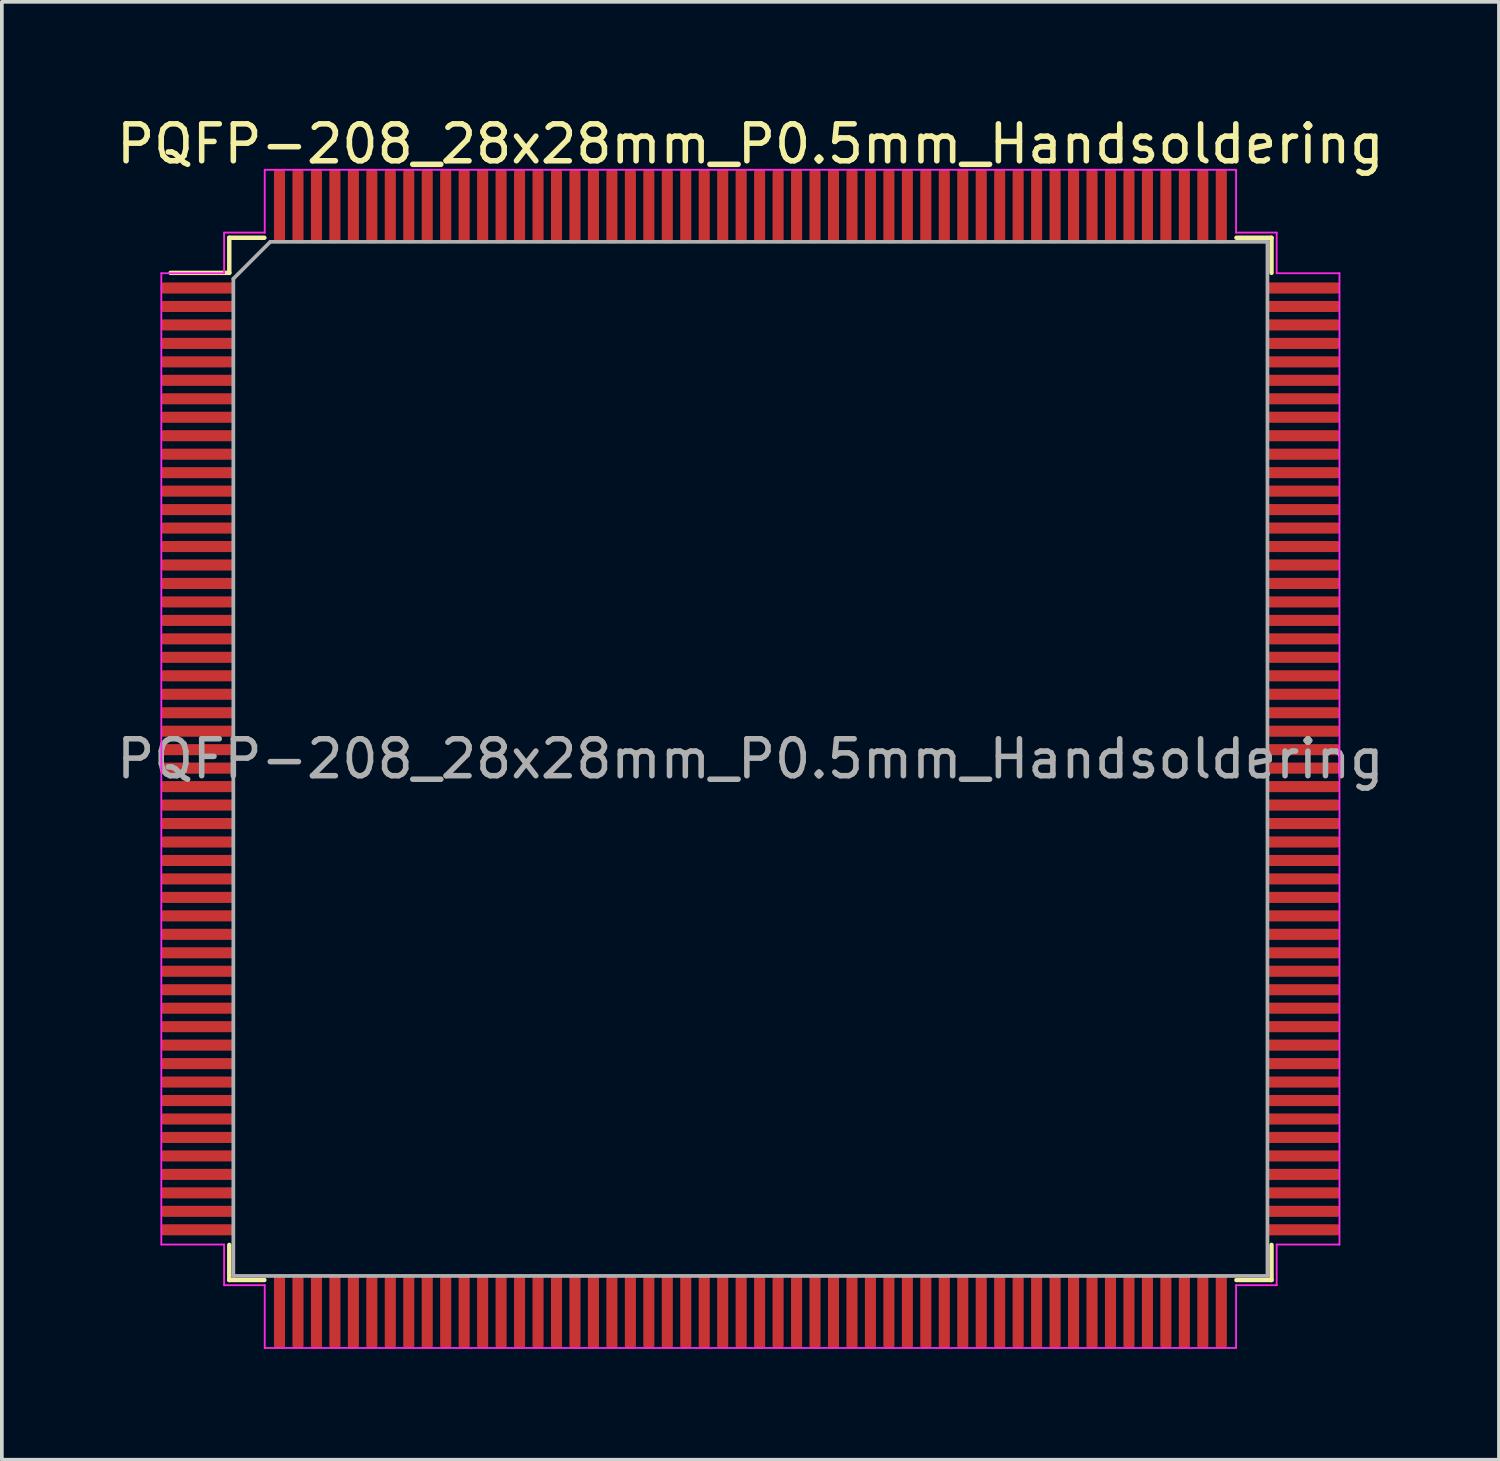
<source format=kicad_pcb>
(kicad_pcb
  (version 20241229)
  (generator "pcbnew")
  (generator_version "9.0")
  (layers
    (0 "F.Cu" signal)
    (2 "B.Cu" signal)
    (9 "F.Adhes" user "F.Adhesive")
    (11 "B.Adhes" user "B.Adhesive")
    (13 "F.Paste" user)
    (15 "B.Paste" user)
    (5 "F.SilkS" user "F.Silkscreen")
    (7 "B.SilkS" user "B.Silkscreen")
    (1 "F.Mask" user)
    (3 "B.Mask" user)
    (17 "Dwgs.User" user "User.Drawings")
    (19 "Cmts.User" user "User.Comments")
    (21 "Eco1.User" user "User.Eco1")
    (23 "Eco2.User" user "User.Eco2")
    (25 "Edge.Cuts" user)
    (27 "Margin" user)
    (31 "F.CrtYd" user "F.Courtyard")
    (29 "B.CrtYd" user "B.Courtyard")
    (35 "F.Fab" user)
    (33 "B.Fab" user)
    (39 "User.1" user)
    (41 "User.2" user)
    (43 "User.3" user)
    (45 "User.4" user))
  (footprint "PQFP-208_28x28mm_P0.5mm_Handsoldering"
    (layer "F.Cu")
    (at 17.268 17.498)
    (property "Reference" "PQFP-208_28x28mm_P0.5mm_Handsoldering" (at 0 -16.65 0) (layer "F.SilkS") (effects (font (size 1 1) (thickness 0.15))))
    (attr smd)
    (fp_line (start -14.11 -14.11) (end -14.11 -13.16) (stroke (width 0.12) (type solid)) (layer "F.SilkS"))
    (fp_line (start -14.11 -13.16) (end -15.7 -13.16) (stroke (width 0.12) (type solid)) (layer "F.SilkS"))
    (fp_line (start -14.11 14.11) (end -14.11 13.16) (stroke (width 0.12) (type solid)) (layer "F.SilkS"))
    (fp_line (start -13.16 -14.11) (end -14.11 -14.11) (stroke (width 0.12) (type solid)) (layer "F.SilkS"))
    (fp_line (start -13.16 14.11) (end -14.11 14.11) (stroke (width 0.12) (type solid)) (layer "F.SilkS"))
    (fp_line (start 13.16 -14.11) (end 14.11 -14.11) (stroke (width 0.12) (type solid)) (layer "F.SilkS"))
    (fp_line (start 13.16 14.11) (end 14.11 14.11) (stroke (width 0.12) (type solid)) (layer "F.SilkS"))
    (fp_line (start 14.11 -14.11) (end 14.11 -13.16) (stroke (width 0.12) (type solid)) (layer "F.SilkS"))
    (fp_line (start 14.11 14.11) (end 14.11 13.16) (stroke (width 0.12) (type solid)) (layer "F.SilkS"))
    (fp_line (start -15.95 -13.15) (end -15.95 0) (stroke (width 0.05) (type solid)) (layer "F.CrtYd"))
    (fp_line (start -15.95 13.15) (end -15.95 0) (stroke (width 0.05) (type solid)) (layer "F.CrtYd"))
    (fp_line (start -14.25 -14.25) (end -14.25 -13.15) (stroke (width 0.05) (type solid)) (layer "F.CrtYd"))
    (fp_line (start -14.25 -13.15) (end -15.95 -13.15) (stroke (width 0.05) (type solid)) (layer "F.CrtYd"))
    (fp_line (start -14.25 13.15) (end -15.95 13.15) (stroke (width 0.05) (type solid)) (layer "F.CrtYd"))
    (fp_line (start -14.25 14.25) (end -14.25 13.15) (stroke (width 0.05) (type solid)) (layer "F.CrtYd"))
    (fp_line (start -13.15 -15.95) (end -13.15 -14.25) (stroke (width 0.05) (type solid)) (layer "F.CrtYd"))
    (fp_line (start -13.15 -14.25) (end -14.25 -14.25) (stroke (width 0.05) (type solid)) (layer "F.CrtYd"))
    (fp_line (start -13.15 14.25) (end -14.25 14.25) (stroke (width 0.05) (type solid)) (layer "F.CrtYd"))
    (fp_line (start -13.15 15.95) (end -13.15 14.25) (stroke (width 0.05) (type solid)) (layer "F.CrtYd"))
    (fp_line (start 0 -15.95) (end -13.15 -15.95) (stroke (width 0.05) (type solid)) (layer "F.CrtYd"))
    (fp_line (start 0 -15.95) (end 13.15 -15.95) (stroke (width 0.05) (type solid)) (layer "F.CrtYd"))
    (fp_line (start 0 15.95) (end -13.15 15.95) (stroke (width 0.05) (type solid)) (layer "F.CrtYd"))
    (fp_line (start 0 15.95) (end 13.15 15.95) (stroke (width 0.05) (type solid)) (layer "F.CrtYd"))
    (fp_line (start 13.15 -15.95) (end 13.15 -14.25) (stroke (width 0.05) (type solid)) (layer "F.CrtYd"))
    (fp_line (start 13.15 -14.25) (end 14.25 -14.25) (stroke (width 0.05) (type solid)) (layer "F.CrtYd"))
    (fp_line (start 13.15 14.25) (end 14.25 14.25) (stroke (width 0.05) (type solid)) (layer "F.CrtYd"))
    (fp_line (start 13.15 15.95) (end 13.15 14.25) (stroke (width 0.05) (type solid)) (layer "F.CrtYd"))
    (fp_line (start 14.25 -14.25) (end 14.25 -13.15) (stroke (width 0.05) (type solid)) (layer "F.CrtYd"))
    (fp_line (start 14.25 -13.15) (end 15.95 -13.15) (stroke (width 0.05) (type solid)) (layer "F.CrtYd"))
    (fp_line (start 14.25 13.15) (end 15.95 13.15) (stroke (width 0.05) (type solid)) (layer "F.CrtYd"))
    (fp_line (start 14.25 14.25) (end 14.25 13.15) (stroke (width 0.05) (type solid)) (layer "F.CrtYd"))
    (fp_line (start 15.95 -13.15) (end 15.95 0) (stroke (width 0.05) (type solid)) (layer "F.CrtYd"))
    (fp_line (start 15.95 13.15) (end 15.95 0) (stroke (width 0.05) (type solid)) (layer "F.CrtYd"))
    (fp_line (start -14 -13) (end -13 -14) (stroke (width 0.1) (type solid)) (layer "F.Fab"))
    (fp_line (start -14 14) (end -14 -13) (stroke (width 0.1) (type solid)) (layer "F.Fab"))
    (fp_line (start -13 -14) (end 14 -14) (stroke (width 0.1) (type solid)) (layer "F.Fab"))
    (fp_line (start 14 -14) (end 14 14) (stroke (width 0.1) (type solid)) (layer "F.Fab"))
    (fp_line (start 14 14) (end -14 14) (stroke (width 0.1) (type solid)) (layer "F.Fab"))
    (fp_text user "${REFERENCE}" (at 0 0 0) (layer "F.Fab") (effects (font (size 1 1) (thickness 0.15))))
    (pad "1" smd roundrect (at -14.963 -12.75) (size 2 0.3) (layers "F.Cu" "F.Mask" "F.Paste") (roundrect_rratio 0.25))
    (pad "2" smd roundrect (at -14.963 -12.25) (size 2 0.3) (layers "F.Cu" "F.Mask" "F.Paste") (roundrect_rratio 0.25))
    (pad "3" smd roundrect (at -14.963 -11.75) (size 2 0.3) (layers "F.Cu" "F.Mask" "F.Paste") (roundrect_rratio 0.25))
    (pad "4" smd roundrect (at -14.963 -11.25) (size 2 0.3) (layers "F.Cu" "F.Mask" "F.Paste") (roundrect_rratio 0.25))
    (pad "5" smd roundrect (at -14.963 -10.75) (size 2 0.3) (layers "F.Cu" "F.Mask" "F.Paste") (roundrect_rratio 0.25))
    (pad "6" smd roundrect (at -14.963 -10.25) (size 2 0.3) (layers "F.Cu" "F.Mask" "F.Paste") (roundrect_rratio 0.25))
    (pad "7" smd roundrect (at -14.963 -9.75) (size 2 0.3) (layers "F.Cu" "F.Mask" "F.Paste") (roundrect_rratio 0.25))
    (pad "8" smd roundrect (at -14.963 -9.25) (size 2 0.3) (layers "F.Cu" "F.Mask" "F.Paste") (roundrect_rratio 0.25))
    (pad "9" smd roundrect (at -14.963 -8.75) (size 2 0.3) (layers "F.Cu" "F.Mask" "F.Paste") (roundrect_rratio 0.25))
    (pad "10" smd roundrect (at -14.963 -8.25) (size 2 0.3) (layers "F.Cu" "F.Mask" "F.Paste") (roundrect_rratio 0.25))
    (pad "11" smd roundrect (at -14.963 -7.75) (size 2 0.3) (layers "F.Cu" "F.Mask" "F.Paste") (roundrect_rratio 0.25))
    (pad "12" smd roundrect (at -14.963 -7.25) (size 2 0.3) (layers "F.Cu" "F.Mask" "F.Paste") (roundrect_rratio 0.25))
    (pad "13" smd roundrect (at -14.963 -6.75) (size 2 0.3) (layers "F.Cu" "F.Mask" "F.Paste") (roundrect_rratio 0.25))
    (pad "14" smd roundrect (at -14.963 -6.25) (size 2 0.3) (layers "F.Cu" "F.Mask" "F.Paste") (roundrect_rratio 0.25))
    (pad "15" smd roundrect (at -14.963 -5.75) (size 2 0.3) (layers "F.Cu" "F.Mask" "F.Paste") (roundrect_rratio 0.25))
    (pad "16" smd roundrect (at -14.963 -5.25) (size 2 0.3) (layers "F.Cu" "F.Mask" "F.Paste") (roundrect_rratio 0.25))
    (pad "17" smd roundrect (at -14.963 -4.75) (size 2 0.3) (layers "F.Cu" "F.Mask" "F.Paste") (roundrect_rratio 0.25))
    (pad "18" smd roundrect (at -14.963 -4.25) (size 2 0.3) (layers "F.Cu" "F.Mask" "F.Paste") (roundrect_rratio 0.25))
    (pad "19" smd roundrect (at -14.963 -3.75) (size 2 0.3) (layers "F.Cu" "F.Mask" "F.Paste") (roundrect_rratio 0.25))
    (pad "20" smd roundrect (at -14.963 -3.25) (size 2 0.3) (layers "F.Cu" "F.Mask" "F.Paste") (roundrect_rratio 0.25))
    (pad "21" smd roundrect (at -14.963 -2.75) (size 2 0.3) (layers "F.Cu" "F.Mask" "F.Paste") (roundrect_rratio 0.25))
    (pad "22" smd roundrect (at -14.963 -2.25) (size 2 0.3) (layers "F.Cu" "F.Mask" "F.Paste") (roundrect_rratio 0.25))
    (pad "23" smd roundrect (at -14.963 -1.75) (size 2 0.3) (layers "F.Cu" "F.Mask" "F.Paste") (roundrect_rratio 0.25))
    (pad "24" smd roundrect (at -14.963 -1.25) (size 2 0.3) (layers "F.Cu" "F.Mask" "F.Paste") (roundrect_rratio 0.25))
    (pad "25" smd roundrect (at -14.963 -0.75) (size 2 0.3) (layers "F.Cu" "F.Mask" "F.Paste") (roundrect_rratio 0.25))
    (pad "26" smd roundrect (at -14.963 -0.25) (size 2 0.3) (layers "F.Cu" "F.Mask" "F.Paste") (roundrect_rratio 0.25))
    (pad "27" smd roundrect (at -14.963 0.25) (size 2 0.3) (layers "F.Cu" "F.Mask" "F.Paste") (roundrect_rratio 0.25))
    (pad "28" smd roundrect (at -14.963 0.75) (size 2 0.3) (layers "F.Cu" "F.Mask" "F.Paste") (roundrect_rratio 0.25))
    (pad "29" smd roundrect (at -14.963 1.25) (size 2 0.3) (layers "F.Cu" "F.Mask" "F.Paste") (roundrect_rratio 0.25))
    (pad "30" smd roundrect (at -14.963 1.75) (size 2 0.3) (layers "F.Cu" "F.Mask" "F.Paste") (roundrect_rratio 0.25))
    (pad "31" smd roundrect (at -14.963 2.25) (size 2 0.3) (layers "F.Cu" "F.Mask" "F.Paste") (roundrect_rratio 0.25))
    (pad "32" smd roundrect (at -14.963 2.75) (size 2 0.3) (layers "F.Cu" "F.Mask" "F.Paste") (roundrect_rratio 0.25))
    (pad "33" smd roundrect (at -14.963 3.25) (size 2 0.3) (layers "F.Cu" "F.Mask" "F.Paste") (roundrect_rratio 0.25))
    (pad "34" smd roundrect (at -14.963 3.75) (size 2 0.3) (layers "F.Cu" "F.Mask" "F.Paste") (roundrect_rratio 0.25))
    (pad "35" smd roundrect (at -14.963 4.25) (size 2 0.3) (layers "F.Cu" "F.Mask" "F.Paste") (roundrect_rratio 0.25))
    (pad "36" smd roundrect (at -14.963 4.75) (size 2 0.3) (layers "F.Cu" "F.Mask" "F.Paste") (roundrect_rratio 0.25))
    (pad "37" smd roundrect (at -14.963 5.25) (size 2 0.3) (layers "F.Cu" "F.Mask" "F.Paste") (roundrect_rratio 0.25))
    (pad "38" smd roundrect (at -14.963 5.75) (size 2 0.3) (layers "F.Cu" "F.Mask" "F.Paste") (roundrect_rratio 0.25))
    (pad "39" smd roundrect (at -14.963 6.25) (size 2 0.3) (layers "F.Cu" "F.Mask" "F.Paste") (roundrect_rratio 0.25))
    (pad "40" smd roundrect (at -14.963 6.75) (size 2 0.3) (layers "F.Cu" "F.Mask" "F.Paste") (roundrect_rratio 0.25))
    (pad "41" smd roundrect (at -14.963 7.25) (size 2 0.3) (layers "F.Cu" "F.Mask" "F.Paste") (roundrect_rratio 0.25))
    (pad "42" smd roundrect (at -14.963 7.75) (size 2 0.3) (layers "F.Cu" "F.Mask" "F.Paste") (roundrect_rratio 0.25))
    (pad "43" smd roundrect (at -14.963 8.25) (size 2 0.3) (layers "F.Cu" "F.Mask" "F.Paste") (roundrect_rratio 0.25))
    (pad "44" smd roundrect (at -14.963 8.75) (size 2 0.3) (layers "F.Cu" "F.Mask" "F.Paste") (roundrect_rratio 0.25))
    (pad "45" smd roundrect (at -14.963 9.25) (size 2 0.3) (layers "F.Cu" "F.Mask" "F.Paste") (roundrect_rratio 0.25))
    (pad "46" smd roundrect (at -14.963 9.75) (size 2 0.3) (layers "F.Cu" "F.Mask" "F.Paste") (roundrect_rratio 0.25))
    (pad "47" smd roundrect (at -14.963 10.25) (size 2 0.3) (layers "F.Cu" "F.Mask" "F.Paste") (roundrect_rratio 0.25))
    (pad "48" smd roundrect (at -14.963 10.75) (size 2 0.3) (layers "F.Cu" "F.Mask" "F.Paste") (roundrect_rratio 0.25))
    (pad "49" smd roundrect (at -14.963 11.25) (size 2 0.3) (layers "F.Cu" "F.Mask" "F.Paste") (roundrect_rratio 0.25))
    (pad "50" smd roundrect (at -14.963 11.75) (size 2 0.3) (layers "F.Cu" "F.Mask" "F.Paste") (roundrect_rratio 0.25))
    (pad "51" smd roundrect (at -14.963 12.25) (size 2 0.3) (layers "F.Cu" "F.Mask" "F.Paste") (roundrect_rratio 0.25))
    (pad "52" smd roundrect (at -14.963 12.75) (size 2 0.3) (layers "F.Cu" "F.Mask" "F.Paste") (roundrect_rratio 0.25))
    (pad "53" smd roundrect (at -12.75 14.963) (size 0.3 2) (layers "F.Cu" "F.Mask" "F.Paste") (roundrect_rratio 0.25))
    (pad "54" smd roundrect (at -12.25 14.963) (size 0.3 2) (layers "F.Cu" "F.Mask" "F.Paste") (roundrect_rratio 0.25))
    (pad "55" smd roundrect (at -11.75 14.963) (size 0.3 2) (layers "F.Cu" "F.Mask" "F.Paste") (roundrect_rratio 0.25))
    (pad "56" smd roundrect (at -11.25 14.963) (size 0.3 2) (layers "F.Cu" "F.Mask" "F.Paste") (roundrect_rratio 0.25))
    (pad "57" smd roundrect (at -10.75 14.963) (size 0.3 2) (layers "F.Cu" "F.Mask" "F.Paste") (roundrect_rratio 0.25))
    (pad "58" smd roundrect (at -10.25 14.963) (size 0.3 2) (layers "F.Cu" "F.Mask" "F.Paste") (roundrect_rratio 0.25))
    (pad "59" smd roundrect (at -9.75 14.963) (size 0.3 2) (layers "F.Cu" "F.Mask" "F.Paste") (roundrect_rratio 0.25))
    (pad "60" smd roundrect (at -9.25 14.963) (size 0.3 2) (layers "F.Cu" "F.Mask" "F.Paste") (roundrect_rratio 0.25))
    (pad "61" smd roundrect (at -8.75 14.963) (size 0.3 2) (layers "F.Cu" "F.Mask" "F.Paste") (roundrect_rratio 0.25))
    (pad "62" smd roundrect (at -8.25 14.963) (size 0.3 2) (layers "F.Cu" "F.Mask" "F.Paste") (roundrect_rratio 0.25))
    (pad "63" smd roundrect (at -7.75 14.963) (size 0.3 2) (layers "F.Cu" "F.Mask" "F.Paste") (roundrect_rratio 0.25))
    (pad "64" smd roundrect (at -7.25 14.963) (size 0.3 2) (layers "F.Cu" "F.Mask" "F.Paste") (roundrect_rratio 0.25))
    (pad "65" smd roundrect (at -6.75 14.963) (size 0.3 2) (layers "F.Cu" "F.Mask" "F.Paste") (roundrect_rratio 0.25))
    (pad "66" smd roundrect (at -6.25 14.963) (size 0.3 2) (layers "F.Cu" "F.Mask" "F.Paste") (roundrect_rratio 0.25))
    (pad "67" smd roundrect (at -5.75 14.963) (size 0.3 2) (layers "F.Cu" "F.Mask" "F.Paste") (roundrect_rratio 0.25))
    (pad "68" smd roundrect (at -5.25 14.963) (size 0.3 2) (layers "F.Cu" "F.Mask" "F.Paste") (roundrect_rratio 0.25))
    (pad "69" smd roundrect (at -4.75 14.963) (size 0.3 2) (layers "F.Cu" "F.Mask" "F.Paste") (roundrect_rratio 0.25))
    (pad "70" smd roundrect (at -4.25 14.963) (size 0.3 2) (layers "F.Cu" "F.Mask" "F.Paste") (roundrect_rratio 0.25))
    (pad "71" smd roundrect (at -3.75 14.963) (size 0.3 2) (layers "F.Cu" "F.Mask" "F.Paste") (roundrect_rratio 0.25))
    (pad "72" smd roundrect (at -3.25 14.963) (size 0.3 2) (layers "F.Cu" "F.Mask" "F.Paste") (roundrect_rratio 0.25))
    (pad "73" smd roundrect (at -2.75 14.963) (size 0.3 2) (layers "F.Cu" "F.Mask" "F.Paste") (roundrect_rratio 0.25))
    (pad "74" smd roundrect (at -2.25 14.963) (size 0.3 2) (layers "F.Cu" "F.Mask" "F.Paste") (roundrect_rratio 0.25))
    (pad "75" smd roundrect (at -1.75 14.963) (size 0.3 2) (layers "F.Cu" "F.Mask" "F.Paste") (roundrect_rratio 0.25))
    (pad "76" smd roundrect (at -1.25 14.963) (size 0.3 2) (layers "F.Cu" "F.Mask" "F.Paste") (roundrect_rratio 0.25))
    (pad "77" smd roundrect (at -0.75 14.963) (size 0.3 2) (layers "F.Cu" "F.Mask" "F.Paste") (roundrect_rratio 0.25))
    (pad "78" smd roundrect (at -0.25 14.963) (size 0.3 2) (layers "F.Cu" "F.Mask" "F.Paste") (roundrect_rratio 0.25))
    (pad "79" smd roundrect (at 0.25 14.963) (size 0.3 2) (layers "F.Cu" "F.Mask" "F.Paste") (roundrect_rratio 0.25))
    (pad "80" smd roundrect (at 0.75 14.963) (size 0.3 2) (layers "F.Cu" "F.Mask" "F.Paste") (roundrect_rratio 0.25))
    (pad "81" smd roundrect (at 1.25 14.963) (size 0.3 2) (layers "F.Cu" "F.Mask" "F.Paste") (roundrect_rratio 0.25))
    (pad "82" smd roundrect (at 1.75 14.963) (size 0.3 2) (layers "F.Cu" "F.Mask" "F.Paste") (roundrect_rratio 0.25))
    (pad "83" smd roundrect (at 2.25 14.963) (size 0.3 2) (layers "F.Cu" "F.Mask" "F.Paste") (roundrect_rratio 0.25))
    (pad "84" smd roundrect (at 2.75 14.963) (size 0.3 2) (layers "F.Cu" "F.Mask" "F.Paste") (roundrect_rratio 0.25))
    (pad "85" smd roundrect (at 3.25 14.963) (size 0.3 2) (layers "F.Cu" "F.Mask" "F.Paste") (roundrect_rratio 0.25))
    (pad "86" smd roundrect (at 3.75 14.963) (size 0.3 2) (layers "F.Cu" "F.Mask" "F.Paste") (roundrect_rratio 0.25))
    (pad "87" smd roundrect (at 4.25 14.963) (size 0.3 2) (layers "F.Cu" "F.Mask" "F.Paste") (roundrect_rratio 0.25))
    (pad "88" smd roundrect (at 4.75 14.963) (size 0.3 2) (layers "F.Cu" "F.Mask" "F.Paste") (roundrect_rratio 0.25))
    (pad "89" smd roundrect (at 5.25 14.963) (size 0.3 2) (layers "F.Cu" "F.Mask" "F.Paste") (roundrect_rratio 0.25))
    (pad "90" smd roundrect (at 5.75 14.963) (size 0.3 2) (layers "F.Cu" "F.Mask" "F.Paste") (roundrect_rratio 0.25))
    (pad "91" smd roundrect (at 6.25 14.963) (size 0.3 2) (layers "F.Cu" "F.Mask" "F.Paste") (roundrect_rratio 0.25))
    (pad "92" smd roundrect (at 6.75 14.963) (size 0.3 2) (layers "F.Cu" "F.Mask" "F.Paste") (roundrect_rratio 0.25))
    (pad "93" smd roundrect (at 7.25 14.963) (size 0.3 2) (layers "F.Cu" "F.Mask" "F.Paste") (roundrect_rratio 0.25))
    (pad "94" smd roundrect (at 7.75 14.963) (size 0.3 2) (layers "F.Cu" "F.Mask" "F.Paste") (roundrect_rratio 0.25))
    (pad "95" smd roundrect (at 8.25 14.963) (size 0.3 2) (layers "F.Cu" "F.Mask" "F.Paste") (roundrect_rratio 0.25))
    (pad "96" smd roundrect (at 8.75 14.963) (size 0.3 2) (layers "F.Cu" "F.Mask" "F.Paste") (roundrect_rratio 0.25))
    (pad "97" smd roundrect (at 9.25 14.963) (size 0.3 2) (layers "F.Cu" "F.Mask" "F.Paste") (roundrect_rratio 0.25))
    (pad "98" smd roundrect (at 9.75 14.963) (size 0.3 2) (layers "F.Cu" "F.Mask" "F.Paste") (roundrect_rratio 0.25))
    (pad "99" smd roundrect (at 10.25 14.963) (size 0.3 2) (layers "F.Cu" "F.Mask" "F.Paste") (roundrect_rratio 0.25))
    (pad "100" smd roundrect (at 10.75 14.963) (size 0.3 2) (layers "F.Cu" "F.Mask" "F.Paste") (roundrect_rratio 0.25))
    (pad "101" smd roundrect (at 11.25 14.963) (size 0.3 2) (layers "F.Cu" "F.Mask" "F.Paste") (roundrect_rratio 0.25))
    (pad "102" smd roundrect (at 11.75 14.963) (size 0.3 2) (layers "F.Cu" "F.Mask" "F.Paste") (roundrect_rratio 0.25))
    (pad "103" smd roundrect (at 12.25 14.963) (size 0.3 2) (layers "F.Cu" "F.Mask" "F.Paste") (roundrect_rratio 0.25))
    (pad "104" smd roundrect (at 12.75 14.963) (size 0.3 2) (layers "F.Cu" "F.Mask" "F.Paste") (roundrect_rratio 0.25))
    (pad "105" smd roundrect (at 14.963 12.75) (size 2 0.3) (layers "F.Cu" "F.Mask" "F.Paste") (roundrect_rratio 0.25))
    (pad "106" smd roundrect (at 14.963 12.25) (size 2 0.3) (layers "F.Cu" "F.Mask" "F.Paste") (roundrect_rratio 0.25))
    (pad "107" smd roundrect (at 14.963 11.75) (size 2 0.3) (layers "F.Cu" "F.Mask" "F.Paste") (roundrect_rratio 0.25))
    (pad "108" smd roundrect (at 14.963 11.25) (size 2 0.3) (layers "F.Cu" "F.Mask" "F.Paste") (roundrect_rratio 0.25))
    (pad "109" smd roundrect (at 14.963 10.75) (size 2 0.3) (layers "F.Cu" "F.Mask" "F.Paste") (roundrect_rratio 0.25))
    (pad "110" smd roundrect (at 14.963 10.25) (size 2 0.3) (layers "F.Cu" "F.Mask" "F.Paste") (roundrect_rratio 0.25))
    (pad "111" smd roundrect (at 14.963 9.75) (size 2 0.3) (layers "F.Cu" "F.Mask" "F.Paste") (roundrect_rratio 0.25))
    (pad "112" smd roundrect (at 14.963 9.25) (size 2 0.3) (layers "F.Cu" "F.Mask" "F.Paste") (roundrect_rratio 0.25))
    (pad "113" smd roundrect (at 14.963 8.75) (size 2 0.3) (layers "F.Cu" "F.Mask" "F.Paste") (roundrect_rratio 0.25))
    (pad "114" smd roundrect (at 14.963 8.25) (size 2 0.3) (layers "F.Cu" "F.Mask" "F.Paste") (roundrect_rratio 0.25))
    (pad "115" smd roundrect (at 14.963 7.75) (size 2 0.3) (layers "F.Cu" "F.Mask" "F.Paste") (roundrect_rratio 0.25))
    (pad "116" smd roundrect (at 14.963 7.25) (size 2 0.3) (layers "F.Cu" "F.Mask" "F.Paste") (roundrect_rratio 0.25))
    (pad "117" smd roundrect (at 14.963 6.75) (size 2 0.3) (layers "F.Cu" "F.Mask" "F.Paste") (roundrect_rratio 0.25))
    (pad "118" smd roundrect (at 14.963 6.25) (size 2 0.3) (layers "F.Cu" "F.Mask" "F.Paste") (roundrect_rratio 0.25))
    (pad "119" smd roundrect (at 14.963 5.75) (size 2 0.3) (layers "F.Cu" "F.Mask" "F.Paste") (roundrect_rratio 0.25))
    (pad "120" smd roundrect (at 14.963 5.25) (size 2 0.3) (layers "F.Cu" "F.Mask" "F.Paste") (roundrect_rratio 0.25))
    (pad "121" smd roundrect (at 14.963 4.75) (size 2 0.3) (layers "F.Cu" "F.Mask" "F.Paste") (roundrect_rratio 0.25))
    (pad "122" smd roundrect (at 14.963 4.25) (size 2 0.3) (layers "F.Cu" "F.Mask" "F.Paste") (roundrect_rratio 0.25))
    (pad "123" smd roundrect (at 14.963 3.75) (size 2 0.3) (layers "F.Cu" "F.Mask" "F.Paste") (roundrect_rratio 0.25))
    (pad "124" smd roundrect (at 14.963 3.25) (size 2 0.3) (layers "F.Cu" "F.Mask" "F.Paste") (roundrect_rratio 0.25))
    (pad "125" smd roundrect (at 14.963 2.75) (size 2 0.3) (layers "F.Cu" "F.Mask" "F.Paste") (roundrect_rratio 0.25))
    (pad "126" smd roundrect (at 14.963 2.25) (size 2 0.3) (layers "F.Cu" "F.Mask" "F.Paste") (roundrect_rratio 0.25))
    (pad "127" smd roundrect (at 14.963 1.75) (size 2 0.3) (layers "F.Cu" "F.Mask" "F.Paste") (roundrect_rratio 0.25))
    (pad "128" smd roundrect (at 14.963 1.25) (size 2 0.3) (layers "F.Cu" "F.Mask" "F.Paste") (roundrect_rratio 0.25))
    (pad "129" smd roundrect (at 14.963 0.75) (size 2 0.3) (layers "F.Cu" "F.Mask" "F.Paste") (roundrect_rratio 0.25))
    (pad "130" smd roundrect (at 14.963 0.25) (size 2 0.3) (layers "F.Cu" "F.Mask" "F.Paste") (roundrect_rratio 0.25))
    (pad "131" smd roundrect (at 14.963 -0.25) (size 2 0.3) (layers "F.Cu" "F.Mask" "F.Paste") (roundrect_rratio 0.25))
    (pad "132" smd roundrect (at 14.963 -0.75) (size 2 0.3) (layers "F.Cu" "F.Mask" "F.Paste") (roundrect_rratio 0.25))
    (pad "133" smd roundrect (at 14.963 -1.25) (size 2 0.3) (layers "F.Cu" "F.Mask" "F.Paste") (roundrect_rratio 0.25))
    (pad "134" smd roundrect (at 14.963 -1.75) (size 2 0.3) (layers "F.Cu" "F.Mask" "F.Paste") (roundrect_rratio 0.25))
    (pad "135" smd roundrect (at 14.963 -2.25) (size 2 0.3) (layers "F.Cu" "F.Mask" "F.Paste") (roundrect_rratio 0.25))
    (pad "136" smd roundrect (at 14.963 -2.75) (size 2 0.3) (layers "F.Cu" "F.Mask" "F.Paste") (roundrect_rratio 0.25))
    (pad "137" smd roundrect (at 14.963 -3.25) (size 2 0.3) (layers "F.Cu" "F.Mask" "F.Paste") (roundrect_rratio 0.25))
    (pad "138" smd roundrect (at 14.963 -3.75) (size 2 0.3) (layers "F.Cu" "F.Mask" "F.Paste") (roundrect_rratio 0.25))
    (pad "139" smd roundrect (at 14.963 -4.25) (size 2 0.3) (layers "F.Cu" "F.Mask" "F.Paste") (roundrect_rratio 0.25))
    (pad "140" smd roundrect (at 14.963 -4.75) (size 2 0.3) (layers "F.Cu" "F.Mask" "F.Paste") (roundrect_rratio 0.25))
    (pad "141" smd roundrect (at 14.963 -5.25) (size 2 0.3) (layers "F.Cu" "F.Mask" "F.Paste") (roundrect_rratio 0.25))
    (pad "142" smd roundrect (at 14.963 -5.75) (size 2 0.3) (layers "F.Cu" "F.Mask" "F.Paste") (roundrect_rratio 0.25))
    (pad "143" smd roundrect (at 14.963 -6.25) (size 2 0.3) (layers "F.Cu" "F.Mask" "F.Paste") (roundrect_rratio 0.25))
    (pad "144" smd roundrect (at 14.963 -6.75) (size 2 0.3) (layers "F.Cu" "F.Mask" "F.Paste") (roundrect_rratio 0.25))
    (pad "145" smd roundrect (at 14.963 -7.25) (size 2 0.3) (layers "F.Cu" "F.Mask" "F.Paste") (roundrect_rratio 0.25))
    (pad "146" smd roundrect (at 14.963 -7.75) (size 2 0.3) (layers "F.Cu" "F.Mask" "F.Paste") (roundrect_rratio 0.25))
    (pad "147" smd roundrect (at 14.963 -8.25) (size 2 0.3) (layers "F.Cu" "F.Mask" "F.Paste") (roundrect_rratio 0.25))
    (pad "148" smd roundrect (at 14.963 -8.75) (size 2 0.3) (layers "F.Cu" "F.Mask" "F.Paste") (roundrect_rratio 0.25))
    (pad "149" smd roundrect (at 14.963 -9.25) (size 2 0.3) (layers "F.Cu" "F.Mask" "F.Paste") (roundrect_rratio 0.25))
    (pad "150" smd roundrect (at 14.963 -9.75) (size 2 0.3) (layers "F.Cu" "F.Mask" "F.Paste") (roundrect_rratio 0.25))
    (pad "151" smd roundrect (at 14.963 -10.25) (size 2 0.3) (layers "F.Cu" "F.Mask" "F.Paste") (roundrect_rratio 0.25))
    (pad "152" smd roundrect (at 14.963 -10.75) (size 2 0.3) (layers "F.Cu" "F.Mask" "F.Paste") (roundrect_rratio 0.25))
    (pad "153" smd roundrect (at 14.963 -11.25) (size 2 0.3) (layers "F.Cu" "F.Mask" "F.Paste") (roundrect_rratio 0.25))
    (pad "154" smd roundrect (at 14.963 -11.75) (size 2 0.3) (layers "F.Cu" "F.Mask" "F.Paste") (roundrect_rratio 0.25))
    (pad "155" smd roundrect (at 14.963 -12.25) (size 2 0.3) (layers "F.Cu" "F.Mask" "F.Paste") (roundrect_rratio 0.25))
    (pad "156" smd roundrect (at 14.963 -12.75) (size 2 0.3) (layers "F.Cu" "F.Mask" "F.Paste") (roundrect_rratio 0.25))
    (pad "157" smd roundrect (at 12.75 -14.963) (size 0.3 2) (layers "F.Cu" "F.Mask" "F.Paste") (roundrect_rratio 0.25))
    (pad "158" smd roundrect (at 12.25 -14.963) (size 0.3 2) (layers "F.Cu" "F.Mask" "F.Paste") (roundrect_rratio 0.25))
    (pad "159" smd roundrect (at 11.75 -14.963) (size 0.3 2) (layers "F.Cu" "F.Mask" "F.Paste") (roundrect_rratio 0.25))
    (pad "160" smd roundrect (at 11.25 -14.963) (size 0.3 2) (layers "F.Cu" "F.Mask" "F.Paste") (roundrect_rratio 0.25))
    (pad "161" smd roundrect (at 10.75 -14.963) (size 0.3 2) (layers "F.Cu" "F.Mask" "F.Paste") (roundrect_rratio 0.25))
    (pad "162" smd roundrect (at 10.25 -14.963) (size 0.3 2) (layers "F.Cu" "F.Mask" "F.Paste") (roundrect_rratio 0.25))
    (pad "163" smd roundrect (at 9.75 -14.963) (size 0.3 2) (layers "F.Cu" "F.Mask" "F.Paste") (roundrect_rratio 0.25))
    (pad "164" smd roundrect (at 9.25 -14.963) (size 0.3 2) (layers "F.Cu" "F.Mask" "F.Paste") (roundrect_rratio 0.25))
    (pad "165" smd roundrect (at 8.75 -14.963) (size 0.3 2) (layers "F.Cu" "F.Mask" "F.Paste") (roundrect_rratio 0.25))
    (pad "166" smd roundrect (at 8.25 -14.963) (size 0.3 2) (layers "F.Cu" "F.Mask" "F.Paste") (roundrect_rratio 0.25))
    (pad "167" smd roundrect (at 7.75 -14.963) (size 0.3 2) (layers "F.Cu" "F.Mask" "F.Paste") (roundrect_rratio 0.25))
    (pad "168" smd roundrect (at 7.25 -14.963) (size 0.3 2) (layers "F.Cu" "F.Mask" "F.Paste") (roundrect_rratio 0.25))
    (pad "169" smd roundrect (at 6.75 -14.963) (size 0.3 2) (layers "F.Cu" "F.Mask" "F.Paste") (roundrect_rratio 0.25))
    (pad "170" smd roundrect (at 6.25 -14.963) (size 0.3 2) (layers "F.Cu" "F.Mask" "F.Paste") (roundrect_rratio 0.25))
    (pad "171" smd roundrect (at 5.75 -14.963) (size 0.3 2) (layers "F.Cu" "F.Mask" "F.Paste") (roundrect_rratio 0.25))
    (pad "172" smd roundrect (at 5.25 -14.963) (size 0.3 2) (layers "F.Cu" "F.Mask" "F.Paste") (roundrect_rratio 0.25))
    (pad "173" smd roundrect (at 4.75 -14.963) (size 0.3 2) (layers "F.Cu" "F.Mask" "F.Paste") (roundrect_rratio 0.25))
    (pad "174" smd roundrect (at 4.25 -14.963) (size 0.3 2) (layers "F.Cu" "F.Mask" "F.Paste") (roundrect_rratio 0.25))
    (pad "175" smd roundrect (at 3.75 -14.963) (size 0.3 2) (layers "F.Cu" "F.Mask" "F.Paste") (roundrect_rratio 0.25))
    (pad "176" smd roundrect (at 3.25 -14.963) (size 0.3 2) (layers "F.Cu" "F.Mask" "F.Paste") (roundrect_rratio 0.25))
    (pad "177" smd roundrect (at 2.75 -14.963) (size 0.3 2) (layers "F.Cu" "F.Mask" "F.Paste") (roundrect_rratio 0.25))
    (pad "178" smd roundrect (at 2.25 -14.963) (size 0.3 2) (layers "F.Cu" "F.Mask" "F.Paste") (roundrect_rratio 0.25))
    (pad "179" smd roundrect (at 1.75 -14.963) (size 0.3 2) (layers "F.Cu" "F.Mask" "F.Paste") (roundrect_rratio 0.25))
    (pad "180" smd roundrect (at 1.25 -14.963) (size 0.3 2) (layers "F.Cu" "F.Mask" "F.Paste") (roundrect_rratio 0.25))
    (pad "181" smd roundrect (at 0.75 -14.963) (size 0.3 2) (layers "F.Cu" "F.Mask" "F.Paste") (roundrect_rratio 0.25))
    (pad "182" smd roundrect (at 0.25 -14.963) (size 0.3 2) (layers "F.Cu" "F.Mask" "F.Paste") (roundrect_rratio 0.25))
    (pad "183" smd roundrect (at -0.25 -14.963) (size 0.3 2) (layers "F.Cu" "F.Mask" "F.Paste") (roundrect_rratio 0.25))
    (pad "184" smd roundrect (at -0.75 -14.963) (size 0.3 2) (layers "F.Cu" "F.Mask" "F.Paste") (roundrect_rratio 0.25))
    (pad "185" smd roundrect (at -1.25 -14.963) (size 0.3 2) (layers "F.Cu" "F.Mask" "F.Paste") (roundrect_rratio 0.25))
    (pad "186" smd roundrect (at -1.75 -14.963) (size 0.3 2) (layers "F.Cu" "F.Mask" "F.Paste") (roundrect_rratio 0.25))
    (pad "187" smd roundrect (at -2.25 -14.963) (size 0.3 2) (layers "F.Cu" "F.Mask" "F.Paste") (roundrect_rratio 0.25))
    (pad "188" smd roundrect (at -2.75 -14.963) (size 0.3 2) (layers "F.Cu" "F.Mask" "F.Paste") (roundrect_rratio 0.25))
    (pad "189" smd roundrect (at -3.25 -14.963) (size 0.3 2) (layers "F.Cu" "F.Mask" "F.Paste") (roundrect_rratio 0.25))
    (pad "190" smd roundrect (at -3.75 -14.963) (size 0.3 2) (layers "F.Cu" "F.Mask" "F.Paste") (roundrect_rratio 0.25))
    (pad "191" smd roundrect (at -4.25 -14.963) (size 0.3 2) (layers "F.Cu" "F.Mask" "F.Paste") (roundrect_rratio 0.25))
    (pad "192" smd roundrect (at -4.75 -14.963) (size 0.3 2) (layers "F.Cu" "F.Mask" "F.Paste") (roundrect_rratio 0.25))
    (pad "193" smd roundrect (at -5.25 -14.963) (size 0.3 2) (layers "F.Cu" "F.Mask" "F.Paste") (roundrect_rratio 0.25))
    (pad "194" smd roundrect (at -5.75 -14.963) (size 0.3 2) (layers "F.Cu" "F.Mask" "F.Paste") (roundrect_rratio 0.25))
    (pad "195" smd roundrect (at -6.25 -14.963) (size 0.3 2) (layers "F.Cu" "F.Mask" "F.Paste") (roundrect_rratio 0.25))
    (pad "196" smd roundrect (at -6.75 -14.963) (size 0.3 2) (layers "F.Cu" "F.Mask" "F.Paste") (roundrect_rratio 0.25))
    (pad "197" smd roundrect (at -7.25 -14.963) (size 0.3 2) (layers "F.Cu" "F.Mask" "F.Paste") (roundrect_rratio 0.25))
    (pad "198" smd roundrect (at -7.75 -14.963) (size 0.3 2) (layers "F.Cu" "F.Mask" "F.Paste") (roundrect_rratio 0.25))
    (pad "199" smd roundrect (at -8.25 -14.963) (size 0.3 2) (layers "F.Cu" "F.Mask" "F.Paste") (roundrect_rratio 0.25))
    (pad "200" smd roundrect (at -8.75 -14.963) (size 0.3 2) (layers "F.Cu" "F.Mask" "F.Paste") (roundrect_rratio 0.25))
    (pad "201" smd roundrect (at -9.25 -14.963) (size 0.3 2) (layers "F.Cu" "F.Mask" "F.Paste") (roundrect_rratio 0.25))
    (pad "202" smd roundrect (at -9.75 -14.963) (size 0.3 2) (layers "F.Cu" "F.Mask" "F.Paste") (roundrect_rratio 0.25))
    (pad "203" smd roundrect (at -10.25 -14.963) (size 0.3 2) (layers "F.Cu" "F.Mask" "F.Paste") (roundrect_rratio 0.25))
    (pad "204" smd roundrect (at -10.75 -14.963) (size 0.3 2) (layers "F.Cu" "F.Mask" "F.Paste") (roundrect_rratio 0.25))
    (pad "205" smd roundrect (at -11.25 -14.963) (size 0.3 2) (layers "F.Cu" "F.Mask" "F.Paste") (roundrect_rratio 0.25))
    (pad "206" smd roundrect (at -11.75 -14.963) (size 0.3 2) (layers "F.Cu" "F.Mask" "F.Paste") (roundrect_rratio 0.25))
    (pad "207" smd roundrect (at -12.25 -14.963) (size 0.3 2) (layers "F.Cu" "F.Mask" "F.Paste") (roundrect_rratio 0.25))
    (pad "208" smd roundrect (at -12.75 -14.963) (size 0.3 2) (layers "F.Cu" "F.Mask" "F.Paste") (roundrect_rratio 0.25)))
  (gr_rect
    (start -3 -3)
    (end 37.536 36.473)
    (stroke (width 0.1) (type default))
    (fill no)
    (layer "Edge.Cuts")))
</source>
